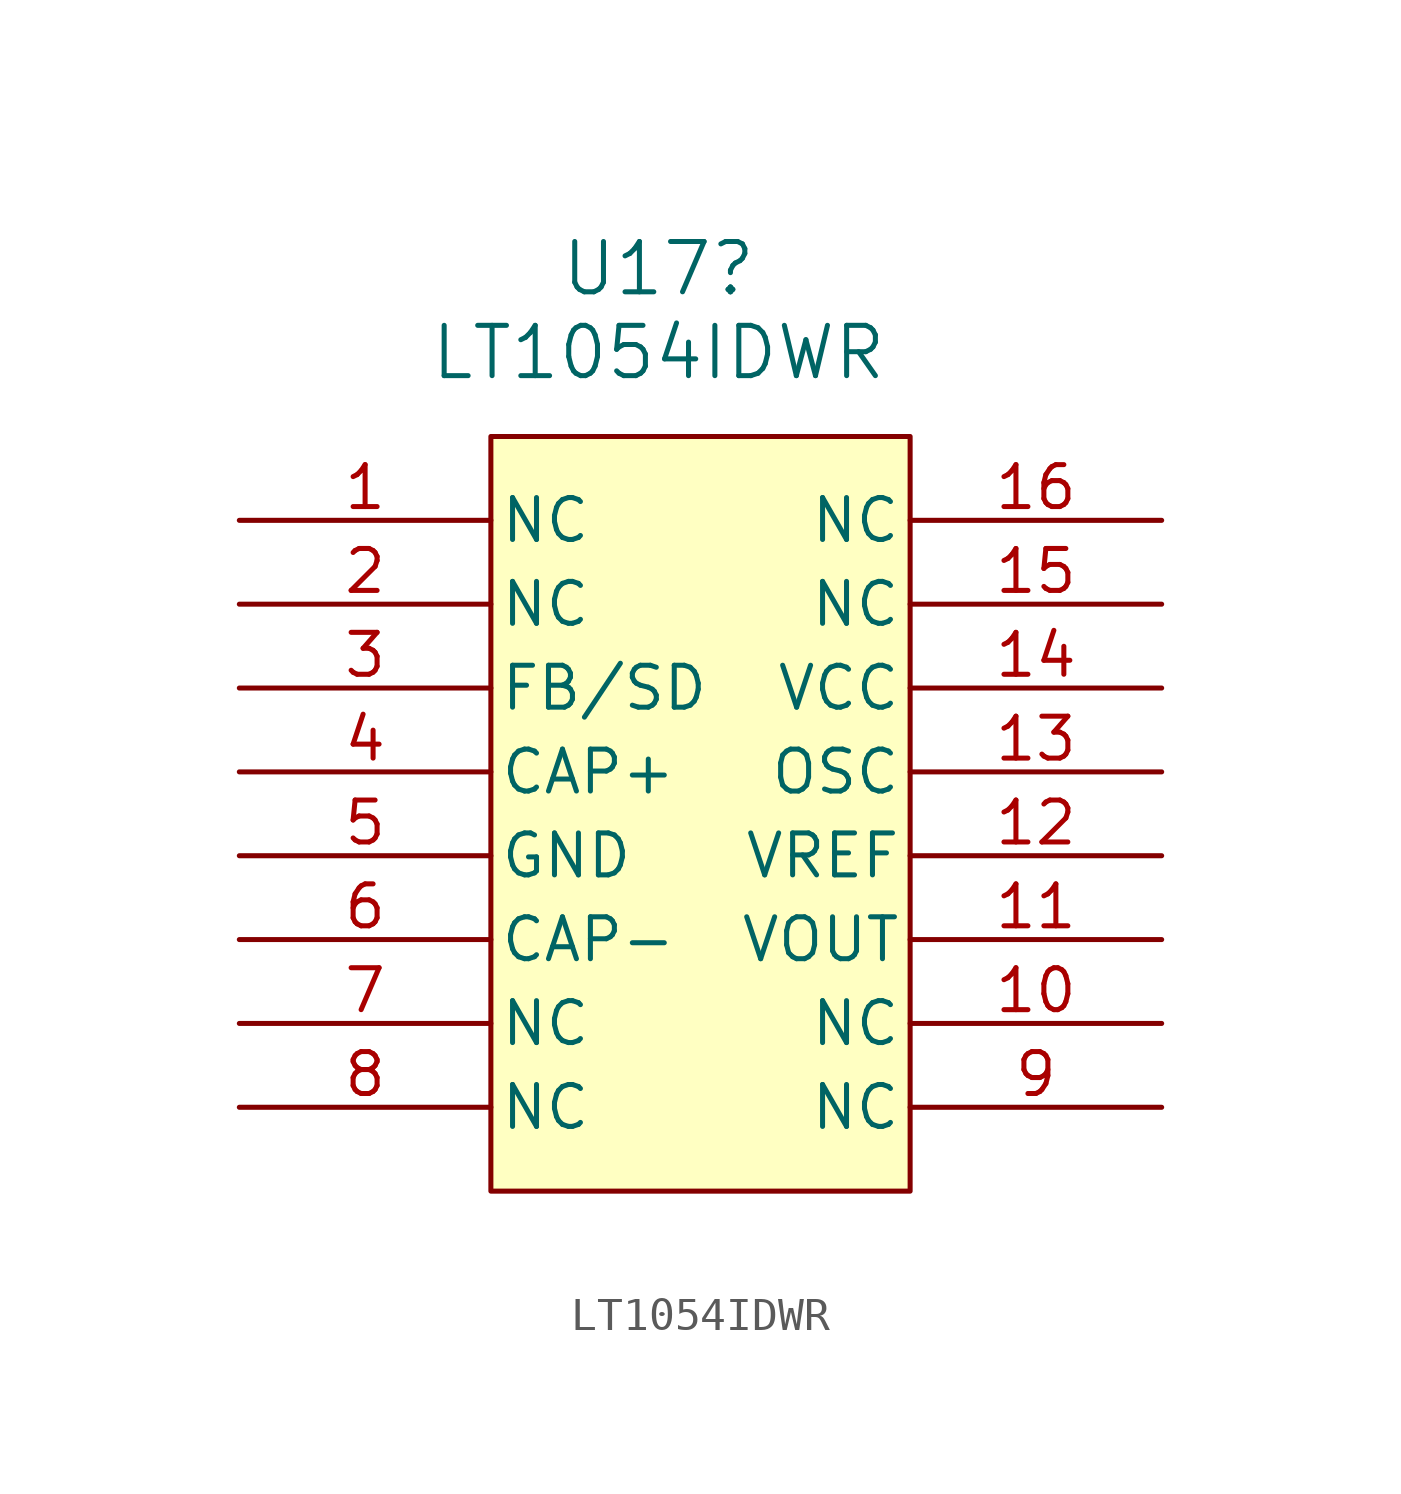
<source format=kicad_sym>
(kicad_symbol_lib
  (version 20220914)
  (generator kicad_symbol_editor)
  (symbol "LT1054IDWR"
    (pin_names
      (offset 0.254))
    (property "Reference" "U17"
      (at -2.54 17.78 0)
      (effects (font (size 1.524 1.524))))
    (property "Value" "LT1054IDWR"
      (at -2.54 15.24 0)
      (effects (font (size 1.524 1.524))))
    (property "ki_locked" ""
      (at 0 0 0)
      (effects (font (size 1.27 1.27))))
    (symbol "LT1054IDWR_0_1"
      (pin unspecified line (at -15.24 10.16 0) (length 7.62) (name "NC" (effects (font (size 1.27 1.27)))) (number "1" (effects (font (size 1.27 1.27)))))
      (pin unspecified line (at 12.7 -5.08 180) (length 7.62) (name "NC" (effects (font (size 1.27 1.27)))) (number "10" (effects (font (size 1.27 1.27)))))
      (pin output line (at 12.7 -2.54 180) (length 7.62) (name "VOUT" (effects (font (size 1.27 1.27)))) (number "11" (effects (font (size 1.27 1.27)))))
      (pin power_in line (at 12.7 0 180) (length 7.62) (name "VREF" (effects (font (size 1.27 1.27)))) (number "12" (effects (font (size 1.27 1.27)))))
      (pin unspecified line (at 12.7 2.54 180) (length 7.62) (name "OSC" (effects (font (size 1.27 1.27)))) (number "13" (effects (font (size 1.27 1.27)))))
      (pin power_in line (at 12.7 5.08 180) (length 7.62) (name "VCC" (effects (font (size 1.27 1.27)))) (number "14" (effects (font (size 1.27 1.27)))))
      (pin unspecified line (at 12.7 7.62 180) (length 7.62) (name "NC" (effects (font (size 1.27 1.27)))) (number "15" (effects (font (size 1.27 1.27)))))
      (pin unspecified line (at 12.7 10.16 180) (length 7.62) (name "NC" (effects (font (size 1.27 1.27)))) (number "16" (effects (font (size 1.27 1.27)))))
      (pin unspecified line (at -15.24 7.62 0) (length 7.62) (name "NC" (effects (font (size 1.27 1.27)))) (number "2" (effects (font (size 1.27 1.27)))))
      (pin unspecified line (at -15.24 5.08 0) (length 7.62) (name "FB/SD" (effects (font (size 1.27 1.27)))) (number "3" (effects (font (size 1.27 1.27)))))
      (pin unspecified line (at -15.24 2.54 0) (length 7.62) (name "CAP+" (effects (font (size 1.27 1.27)))) (number "4" (effects (font (size 1.27 1.27)))))
      (pin power_in line (at -15.24 0 0) (length 7.62) (name "GND" (effects (font (size 1.27 1.27)))) (number "5" (effects (font (size 1.27 1.27)))))
      (pin unspecified line (at -15.24 -2.54 0) (length 7.62) (name "CAP-" (effects (font (size 1.27 1.27)))) (number "6" (effects (font (size 1.27 1.27)))))
      (pin unspecified line (at -15.24 -5.08 0) (length 7.62) (name "NC" (effects (font (size 1.27 1.27)))) (number "7" (effects (font (size 1.27 1.27)))))
      (pin unspecified line (at -15.24 -7.62 0) (length 7.62) (name "NC" (effects (font (size 1.27 1.27)))) (number "8" (effects (font (size 1.27 1.27)))))
      (pin unspecified line (at 12.7 -7.62 180) (length 7.62) (name "NC" (effects (font (size 1.27 1.27)))) (number "9" (effects (font (size 1.27 1.27))))))
    (symbol "LT1054IDWR_1_1"
      (rectangle (start -7.62 12.7) (end 5.08 -10.16) (stroke (width 0) (type default)) (fill (type background))))))
</source>
